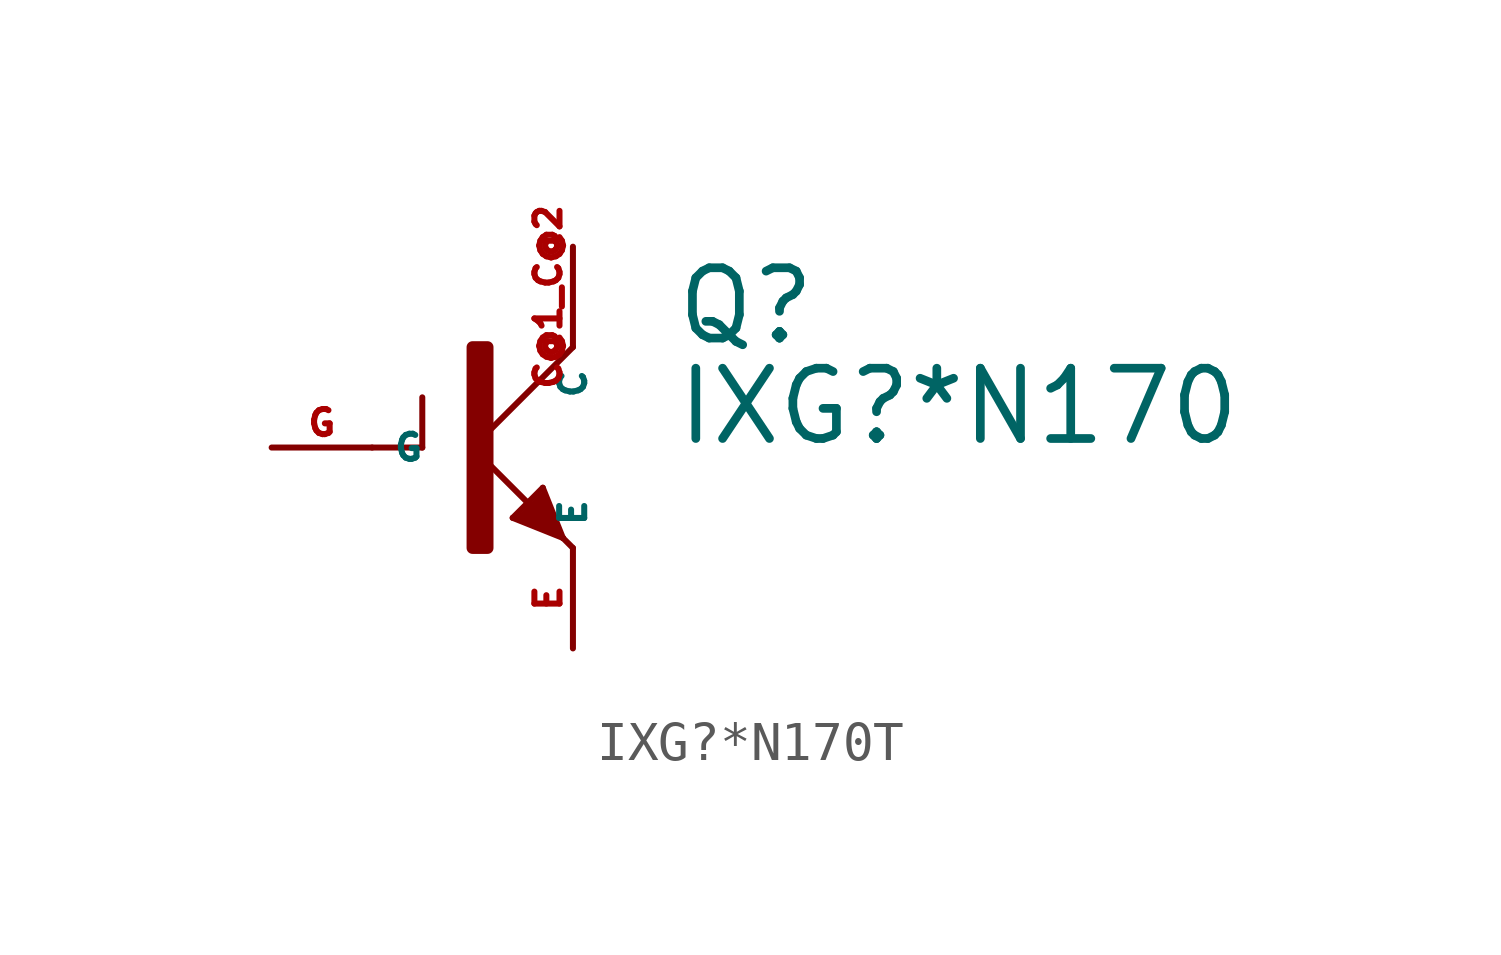
<source format=kicad_sym>
(kicad_symbol_lib
  (version 20220914)
  (generator Eagle2Kicad)
  (symbol "IXG?*N170T"
    (property "Reference" "Q"
      (at 5.08 2.54 0)
      (effects (font (size 1.778 1.778) (thickness 0.22)) (justify left bottom)))
    (property "Value" "IXG?*N170"
      (at 5.08 0 0)
      (effects (font (size 1.778 1.778) (thickness 0.22)) (justify left bottom)))
    (polyline
      (pts (xy 2.54 2.54) (xy 0 0))
      (stroke (width 0.152) (type default))
      (fill (type none)))
    (polyline
      (pts (xy 0 0) (xy 1.524 -1.524))
      (stroke (width 0.152) (type default))
      (fill (type none)))
    (polyline
      (pts (xy 2.159 -2.159) (xy 2.286 -2.286))
      (stroke (width 0.152) (type default))
      (fill (type none)))
    (polyline
      (pts (xy 1.778 -1.016) (xy 2.286 -2.286))
      (stroke (width 0.152) (type default))
      (fill (type none)))
    (polyline
      (pts (xy 2.286 -2.286) (xy 2.54 -2.54))
      (stroke (width 0.152) (type default))
      (fill (type none)))
    (polyline
      (pts (xy 2.286 -2.286) (xy 1.016 -1.778))
      (stroke (width 0.152) (type default))
      (fill (type none)))
    (polyline
      (pts (xy 1.016 -1.778) (xy 1.778 -1.016))
      (stroke (width 0.152) (type default))
      (fill (type none)))
    (polyline
      (pts (xy 2.159 -2.159) (xy 1.778 -1.27))
      (stroke (width 0.254) (type default))
      (fill (type none)))
    (polyline
      (pts (xy 1.778 -1.27) (xy 1.524 -1.524))
      (stroke (width 0.254) (type default))
      (fill (type none)))
    (polyline
      (pts (xy 1.524 -1.524) (xy 1.27 -1.778))
      (stroke (width 0.254) (type default))
      (fill (type none)))
    (polyline
      (pts (xy 1.27 -1.778) (xy 2.159 -2.159))
      (stroke (width 0.254) (type default))
      (fill (type none)))
    (polyline
      (pts (xy 2.159 -2.159) (xy 1.524 -1.524))
      (stroke (width 0.254) (type default))
      (fill (type none)))
    (polyline
      (pts (xy 1.524 -1.778) (xy 1.778 -1.524))
      (stroke (width 0.254) (type default))
      (fill (type none)))
    (polyline
      (pts (xy -2.54 0) (xy -1.27 0))
      (stroke (width 0.152) (type default))
      (fill (type none)))
    (polyline
      (pts (xy -1.27 0) (xy -1.27 1.27))
      (stroke (width 0.152) (type default))
      (fill (type none)))
    (rectangle
      (start 0 -2.54)
      (end 0.381 2.54)
      (stroke (width 0.3) (type default))
      (fill (type outline)))
    (pin passive line
      (at -5.08 0 0)
      (length 2.54)
      (name "G" (effects (font (size 0.635 0.635) (thickness 0.08)) (justify left bottom)))
      (number "G" (effects (font (size 0.635 0.635) (thickness 0.08)) (justify left bottom))))
    (pin passive line
      (at 2.54 -5.08 90)
      (length 2.54)
      (name "E" (effects (font (size 0.635 0.635) (thickness 0.08)) (justify left bottom)))
      (number "E" (effects (font (size 0.635 0.635) (thickness 0.08)) (justify left bottom))))
    (pin passive line
      (at 2.54 5.08 270)
      (length 2.54)
      (name "C" (effects (font (size 0.635 0.635) (thickness 0.08)) (justify left bottom)))
      (number "C@1 C@2" (effects (font (size 0.635 0.635) (thickness 0.08)) (justify left bottom))))))
</source>
